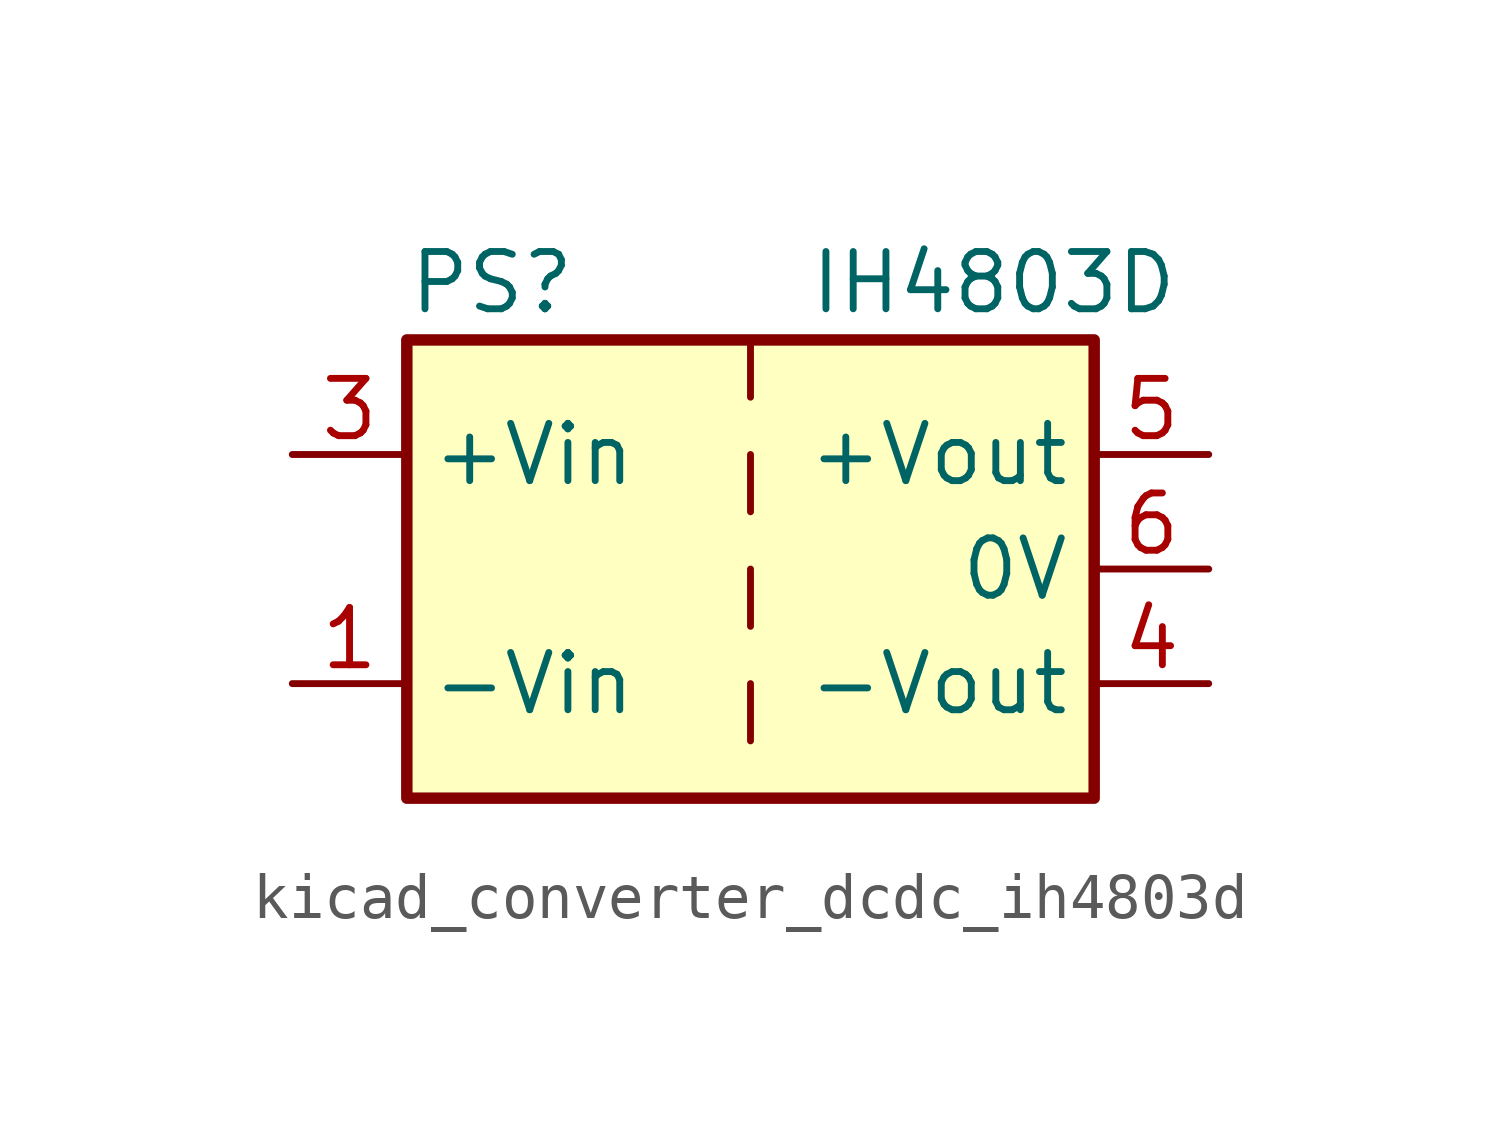
<source format=kicad_sym>
(kicad_symbol_lib
  (version 20220914)
  (generator kicad_symbol_editor)
  (symbol "kicad_converter_dcdc_ih4803d"
    (property "Reference" "PS"
      (at -7.62 6.35 0)
      (effects (font (size 1.27 1.27)) (justify left)))
    (property "Value" "IH4803D"
      (at 1.27 6.35 0)
      (effects (font (size 1.27 1.27)) (justify left)))
    (symbol "kicad_converter_dcdc_ih4803d_0_0"
      (pin power_in line (at -10.16 -2.54 0) (length 2.54) (name "-Vin" (effects (font (size 1.27 1.27)))) (number "1" (effects (font (size 1.27 1.27)))))
      (pin power_in line (at -10.16 2.54 0) (length 2.54) (name "+Vin" (effects (font (size 1.27 1.27)))) (number "3" (effects (font (size 1.27 1.27)))))
      (pin power_out line (at 10.16 -2.54 180) (length 2.54) (name "-Vout" (effects (font (size 1.27 1.27)))) (number "4" (effects (font (size 1.27 1.27)))))
      (pin power_out line (at 10.16 2.54 180) (length 2.54) (name "+Vout" (effects (font (size 1.27 1.27)))) (number "5" (effects (font (size 1.27 1.27)))))
      (pin power_out line (at 10.16 0 180) (length 2.54) (name "0V" (effects (font (size 1.27 1.27)))) (number "6" (effects (font (size 1.27 1.27))))))
    (symbol "kicad_converter_dcdc_ih4803d_0_1"
      (rectangle (start -7.62 5.08) (end 7.62 -5.08) (stroke (width 0.254) (type default)) (fill (type background)))
      (polyline (pts (xy 0 -2.54) (xy 0 -3.81)) (stroke (width 0) (type default)) (fill (type none)))
      (polyline (pts (xy 0 0) (xy 0 -1.27)) (stroke (width 0) (type default)) (fill (type none)))
      (polyline (pts (xy 0 2.54) (xy 0 1.27)) (stroke (width 0) (type default)) (fill (type none)))
      (polyline (pts (xy 0 5.08) (xy 0 3.81)) (stroke (width 0) (type default)) (fill (type none))))
    (symbol "kicad_converter_dcdc_ih4803d_1_1"
      (pin no_connect line (at 0 -5.08 90) (length 2.54) hide (name "NC" (effects (font (size 1.27 1.27)))) (number "2" (effects (font (size 1.27 1.27))))))))
</source>
